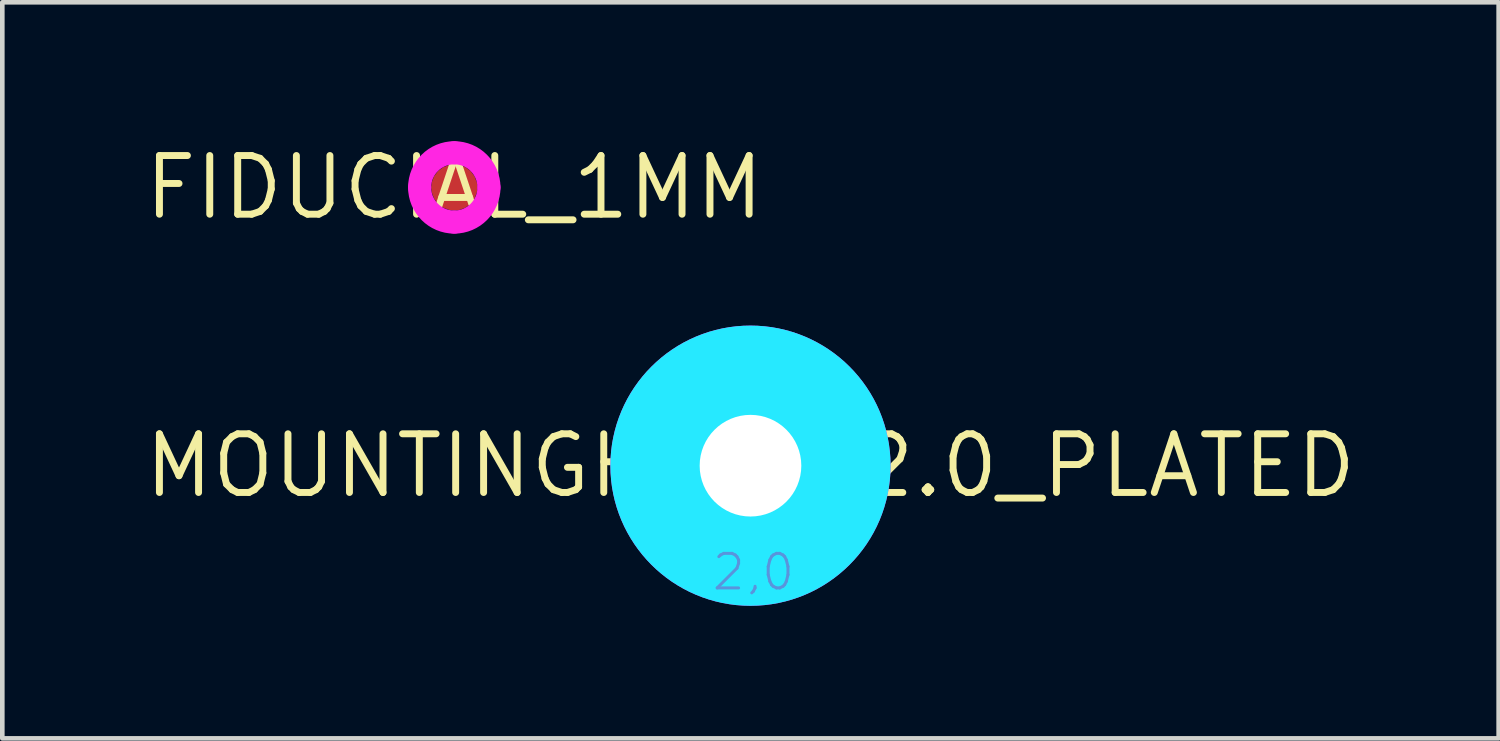
<source format=kicad_pcb>
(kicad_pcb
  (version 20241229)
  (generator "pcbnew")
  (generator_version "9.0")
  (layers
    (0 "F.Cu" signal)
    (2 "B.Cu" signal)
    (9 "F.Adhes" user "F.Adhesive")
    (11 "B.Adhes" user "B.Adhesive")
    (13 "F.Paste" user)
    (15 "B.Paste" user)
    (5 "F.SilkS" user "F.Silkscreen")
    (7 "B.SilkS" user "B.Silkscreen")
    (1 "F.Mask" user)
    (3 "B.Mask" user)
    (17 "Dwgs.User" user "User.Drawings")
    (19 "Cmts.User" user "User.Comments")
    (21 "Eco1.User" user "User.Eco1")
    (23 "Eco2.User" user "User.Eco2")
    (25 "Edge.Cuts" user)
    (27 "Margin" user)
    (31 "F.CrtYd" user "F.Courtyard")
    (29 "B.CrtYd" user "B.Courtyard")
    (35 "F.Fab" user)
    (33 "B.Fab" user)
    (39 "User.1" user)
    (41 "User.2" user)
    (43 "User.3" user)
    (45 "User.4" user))
  (footprint "FIDUCIAL_1MM"
    (layer "F.Cu")
    (at 6.781 1.006)
    (property "Reference" "FIDUCIAL_1MM" (at 0 0 0) (layer "F.SilkS") (effects (font (size 1.27 1.27) (thickness 0.15))))
    (fp_arc (start -0.75 0) (mid -0.53033 -0.53033) (end 0 -0.75) (stroke (width 0.5) (type solid)) (layer "F.Mask"))
    (fp_arc (start 0 -0.75) (mid 0.53033 -0.53033) (end 0.75 0) (stroke (width 0.5) (type solid)) (layer "F.Mask"))
    (fp_arc (start 0 0.75) (mid -0.53033 0.53033) (end -0.75 0) (stroke (width 0.5) (type solid)) (layer "F.Mask"))
    (fp_arc (start 0.75 0) (mid 0.53033 0.53033) (end 0 0.75) (stroke (width 0.5) (type solid)) (layer "F.Mask"))
    (fp_arc (start -0.75 0) (mid -0.53033 -0.53033) (end 0 -0.75) (stroke (width 0.5) (type solid)) (layer "F.CrtYd"))
    (fp_arc (start 0 -0.75) (mid 0.53033 -0.53033) (end 0.75 0) (stroke (width 0.5) (type solid)) (layer "F.CrtYd"))
    (fp_arc (start 0 0.75) (mid -0.53033 0.53033) (end -0.75 0) (stroke (width 0.5) (type solid)) (layer "F.CrtYd"))
    (fp_arc (start 0.75 0) (mid 0.53033 0.53033) (end 0 0.75) (stroke (width 0.5) (type solid)) (layer "F.CrtYd"))
    (pad "1" smd roundrect (at 0 0) (size 1 1) (layers "F.Cu" "F.Mask") (roundrect_rratio 0.5)))
  (footprint "MOUNTINGHOLE_2.0_PLATED"
    (layer "F.Cu")
    (at 13.191 7.028)
    (property "Reference" "MOUNTINGHOLE_2.0_PLATED" (at 0 0 0) (layer "F.SilkS") (effects (font (size 1.27 1.27) (thickness 0.15))))
    (fp_circle (center 0 0) (end 1.8 0) (stroke (width 0.203) (type solid)) (fill no) (layer "F.SilkS"))
    (fp_circle (center 0 0) (end 1 0) (stroke (width 2.032) (type solid)) (fill no) (layer "B.CrtYd"))
    (fp_circle (center 0 0) (end 1 0) (stroke (width 2.032) (type solid)) (fill no) (layer "F.CrtYd"))
    (fp_text user "2,0" (at -0.87 2.74 0) (layer "Cmts.User") (effects (font (size 0.748 0.748) (thickness 0.065)) (justify left bottom)))
    (pad "P$1" thru_hole circle (at 0 0) (size 3 3) (drill 2.2) (layers "*.Cu" "*.Mask"))
    (zone (net_name "") (layer "F.Cu") (hatch edge 0.508) (connect_pads) (min_thickness 0.254) (filled_areas_thickness no) (keepout (tracks not_allowed) (vias not_allowed) (pads not_allowed) (copperpour not_allowed) (footprints allowed)) (placement (enabled no)) (fill) (polygon (pts (xy 15.207 7.028) (xy 15.176 6.678) (xy 15.086 6.339) (xy 14.937 6.02) (xy 14.735 5.733) (xy 14.487 5.484) (xy 14.199 5.282) (xy 13.881 5.134) (xy 13.541 5.043) (xy 13.191 5.012) (xy 12.841 5.043) (xy 12.502 5.134) (xy 12.183 5.282) (xy 11.895 5.484) (xy 11.647 5.733) (xy 11.445 6.02) (xy 11.297 6.339) (xy 11.206 6.678) (xy 11.175 7.028) (xy 11.206 7.378) (xy 11.297 7.718) (xy 11.445 8.036) (xy 11.647 8.324) (xy 11.895 8.573) (xy 12.183 8.774) (xy 12.502 8.923) (xy 12.841 9.014) (xy 13.191 9.044) (xy 13.541 9.014) (xy 13.881 8.923) (xy 14.199 8.774) (xy 14.487 8.573) (xy 14.735 8.324) (xy 14.937 8.036) (xy 15.086 7.718) (xy 15.176 7.378))) (polygon (pts (xy 13.175 7.028) (xy 13.175 7.031) (xy 13.176 7.034) (xy 13.177 7.036) (xy 13.179 7.039) (xy 13.181 7.041) (xy 13.183 7.042) (xy 13.186 7.043) (xy 13.188 7.044) (xy 13.191 7.044) (xy 13.194 7.044) (xy 13.197 7.043) (xy 13.199 7.042) (xy 13.201 7.041) (xy 13.203 7.039) (xy 13.205 7.036) (xy 13.206 7.034) (xy 13.207 7.031) (xy 13.207 7.028) (xy 13.207 7.026) (xy 13.206 7.023) (xy 13.205 7.02) (xy 13.203 7.018) (xy 13.201 7.016) (xy 13.199 7.015) (xy 13.197 7.013) (xy 13.194 7.013) (xy 13.191 7.012) (xy 13.188 7.013) (xy 13.186 7.013) (xy 13.183 7.015) (xy 13.181 7.016) (xy 13.179 7.018) (xy 13.177 7.02) (xy 13.176 7.023) (xy 13.175 7.026))))
    (zone (net_name "") (layers "F.Cu" "B.Cu") (hatch edge 0.508) (connect_pads) (min_thickness 0.254) (filled_areas_thickness no) (keepout (tracks allowed) (vias not_allowed) (pads allowed) (copperpour allowed) (footprints allowed)) (placement (enabled no)) (fill) (polygon (pts (xy 15.207 7.028) (xy 15.176 6.678) (xy 15.086 6.339) (xy 14.937 6.02) (xy 14.735 5.733) (xy 14.487 5.484) (xy 14.199 5.282) (xy 13.881 5.134) (xy 13.541 5.043) (xy 13.191 5.012) (xy 12.841 5.043) (xy 12.502 5.134) (xy 12.183 5.282) (xy 11.895 5.484) (xy 11.647 5.733) (xy 11.445 6.02) (xy 11.297 6.339) (xy 11.206 6.678) (xy 11.175 7.028) (xy 11.206 7.378) (xy 11.297 7.718) (xy 11.445 8.036) (xy 11.647 8.324) (xy 11.895 8.573) (xy 12.183 8.774) (xy 12.502 8.923) (xy 12.841 9.014) (xy 13.191 9.044) (xy 13.541 9.014) (xy 13.881 8.923) (xy 14.199 8.774) (xy 14.487 8.573) (xy 14.735 8.324) (xy 14.937 8.036) (xy 15.086 7.718) (xy 15.176 7.378))) (polygon (pts (xy 13.175 7.028) (xy 13.175 7.031) (xy 13.176 7.034) (xy 13.177 7.036) (xy 13.179 7.039) (xy 13.181 7.041) (xy 13.183 7.042) (xy 13.186 7.043) (xy 13.188 7.044) (xy 13.191 7.044) (xy 13.194 7.044) (xy 13.197 7.043) (xy 13.199 7.042) (xy 13.201 7.041) (xy 13.203 7.039) (xy 13.205 7.036) (xy 13.206 7.034) (xy 13.207 7.031) (xy 13.207 7.028) (xy 13.207 7.026) (xy 13.206 7.023) (xy 13.205 7.02) (xy 13.203 7.018) (xy 13.201 7.016) (xy 13.199 7.015) (xy 13.197 7.013) (xy 13.194 7.013) (xy 13.191 7.012) (xy 13.188 7.013) (xy 13.186 7.013) (xy 13.183 7.015) (xy 13.181 7.016) (xy 13.179 7.018) (xy 13.177 7.02) (xy 13.176 7.023) (xy 13.175 7.026))))
    (zone (net_name "") (layer "B.Cu") (hatch edge 0.508) (connect_pads) (min_thickness 0.254) (filled_areas_thickness no) (keepout (tracks not_allowed) (vias not_allowed) (pads not_allowed) (copperpour not_allowed) (footprints allowed)) (placement (enabled no)) (fill) (polygon (pts (xy 15.207 7.028) (xy 15.176 6.678) (xy 15.086 6.339) (xy 14.937 6.02) (xy 14.735 5.733) (xy 14.487 5.484) (xy 14.199 5.282) (xy 13.881 5.134) (xy 13.541 5.043) (xy 13.191 5.012) (xy 12.841 5.043) (xy 12.502 5.134) (xy 12.183 5.282) (xy 11.895 5.484) (xy 11.647 5.733) (xy 11.445 6.02) (xy 11.297 6.339) (xy 11.206 6.678) (xy 11.175 7.028) (xy 11.206 7.378) (xy 11.297 7.718) (xy 11.445 8.036) (xy 11.647 8.324) (xy 11.895 8.573) (xy 12.183 8.774) (xy 12.502 8.923) (xy 12.841 9.014) (xy 13.191 9.044) (xy 13.541 9.014) (xy 13.881 8.923) (xy 14.199 8.774) (xy 14.487 8.573) (xy 14.735 8.324) (xy 14.937 8.036) (xy 15.086 7.718) (xy 15.176 7.378))) (polygon (pts (xy 13.175 7.028) (xy 13.175 7.031) (xy 13.176 7.034) (xy 13.177 7.036) (xy 13.179 7.039) (xy 13.181 7.041) (xy 13.183 7.042) (xy 13.186 7.043) (xy 13.188 7.044) (xy 13.191 7.044) (xy 13.194 7.044) (xy 13.197 7.043) (xy 13.199 7.042) (xy 13.201 7.041) (xy 13.203 7.039) (xy 13.205 7.036) (xy 13.206 7.034) (xy 13.207 7.031) (xy 13.207 7.028) (xy 13.207 7.026) (xy 13.206 7.023) (xy 13.205 7.02) (xy 13.203 7.018) (xy 13.201 7.016) (xy 13.199 7.015) (xy 13.197 7.013) (xy 13.194 7.013) (xy 13.191 7.012) (xy 13.188 7.013) (xy 13.186 7.013) (xy 13.183 7.015) (xy 13.181 7.016) (xy 13.179 7.018) (xy 13.177 7.02) (xy 13.176 7.023) (xy 13.175 7.026)))))
  (gr_rect
    (start -3 -3)
    (end 29.382 12.929)
    (stroke (width 0.1) (type default))
    (fill no)
    (layer "Edge.Cuts")))
</source>
